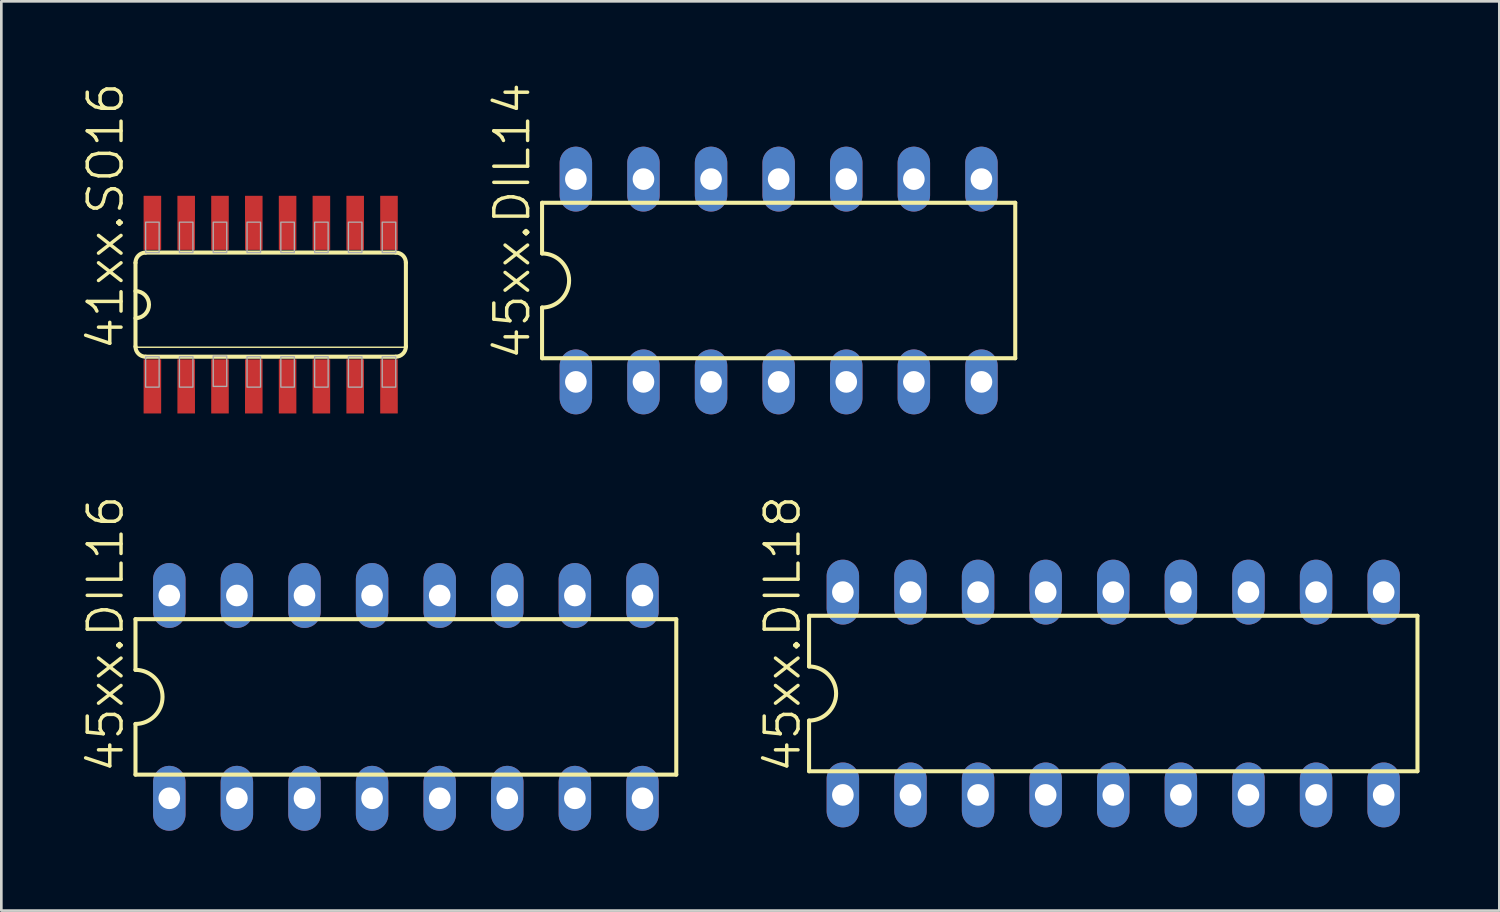
<source format=kicad_pcb>
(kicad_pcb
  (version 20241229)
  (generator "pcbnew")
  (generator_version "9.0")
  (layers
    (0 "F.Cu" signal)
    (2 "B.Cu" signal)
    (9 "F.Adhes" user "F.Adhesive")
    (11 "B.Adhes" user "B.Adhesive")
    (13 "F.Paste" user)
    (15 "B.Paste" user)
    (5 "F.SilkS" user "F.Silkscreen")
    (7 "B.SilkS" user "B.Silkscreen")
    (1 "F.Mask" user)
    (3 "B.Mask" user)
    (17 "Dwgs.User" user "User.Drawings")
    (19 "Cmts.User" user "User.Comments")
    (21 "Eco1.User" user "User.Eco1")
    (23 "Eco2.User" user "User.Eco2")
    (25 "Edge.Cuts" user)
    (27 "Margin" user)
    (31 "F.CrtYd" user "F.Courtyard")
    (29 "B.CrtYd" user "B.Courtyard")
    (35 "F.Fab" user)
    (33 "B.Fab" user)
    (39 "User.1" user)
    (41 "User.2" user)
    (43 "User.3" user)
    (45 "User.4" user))
  (footprint "45xx.DIL14"
    (layer "F.Cu")
    (at 26.208 7.49)
    (property "Reference" "45xx.DIL14" (at -9.271 3.048 90) (layer "F.SilkS") (effects (font (size 1.27 1.27) (thickness 0.13)) (justify left bottom)))
    (attr through_hole)
    (fp_line (start -8.89 -2.921) (end -8.89 -1.016) (stroke (width 0.152) (type default)) (layer "F.SilkS"))
    (fp_line (start -8.89 2.921) (end -8.89 1.016) (stroke (width 0.152) (type default)) (layer "F.SilkS"))
    (fp_line (start -8.89 2.921) (end 8.89 2.921) (stroke (width 0.152) (type default)) (layer "F.SilkS"))
    (fp_line (start 8.89 -2.921) (end -8.89 -2.921) (stroke (width 0.152) (type default)) (layer "F.SilkS"))
    (fp_line (start 8.89 -2.921) (end 8.89 2.921) (stroke (width 0.152) (type default)) (layer "F.SilkS"))
    (fp_arc (start -8.89 -1.016) (mid -7.874 0) (end -8.89 1.016) (stroke (width 0.1524) (type default)) (layer "F.SilkS"))
    (pad "1" thru_hole oval (at -7.62 3.81 90) (size 2.438 1.219) (drill 0.813) (layers "*.Cu" "*.Mask"))
    (pad "2" thru_hole oval (at -5.08 3.81 90) (size 2.438 1.219) (drill 0.813) (layers "*.Cu" "*.Mask"))
    (pad "3" thru_hole oval (at -2.54 3.81 90) (size 2.438 1.219) (drill 0.813) (layers "*.Cu" "*.Mask"))
    (pad "4" thru_hole oval (at 0 3.81 90) (size 2.438 1.219) (drill 0.813) (layers "*.Cu" "*.Mask"))
    (pad "5" thru_hole oval (at 2.54 3.81 90) (size 2.438 1.219) (drill 0.813) (layers "*.Cu" "*.Mask"))
    (pad "6" thru_hole oval (at 5.08 3.81 90) (size 2.438 1.219) (drill 0.813) (layers "*.Cu" "*.Mask"))
    (pad "7" thru_hole oval (at 7.62 3.81 90) (size 2.438 1.219) (drill 0.813) (layers "*.Cu" "*.Mask"))
    (pad "8" thru_hole oval (at 7.62 -3.81 90) (size 2.438 1.219) (drill 0.813) (layers "*.Cu" "*.Mask"))
    (pad "9" thru_hole oval (at 5.08 -3.81 90) (size 2.438 1.219) (drill 0.813) (layers "*.Cu" "*.Mask"))
    (pad "10" thru_hole oval (at 2.54 -3.81 90) (size 2.438 1.219) (drill 0.813) (layers "*.Cu" "*.Mask"))
    (pad "11" thru_hole oval (at 0 -3.81 90) (size 2.438 1.219) (drill 0.813) (layers "*.Cu" "*.Mask"))
    (pad "12" thru_hole oval (at -2.54 -3.81 90) (size 2.438 1.219) (drill 0.813) (layers "*.Cu" "*.Mask"))
    (pad "13" thru_hole oval (at -5.08 -3.81 90) (size 2.438 1.219) (drill 0.813) (layers "*.Cu" "*.Mask"))
    (pad "14" thru_hole oval (at -7.62 -3.81 90) (size 2.438 1.219) (drill 0.813) (layers "*.Cu" "*.Mask")))
  (footprint "45xx.DIL18"
    (layer "F.Cu")
    (at 38.781 23.009)
    (property "Reference" "45xx.DIL18" (at -11.684 3.048 90) (layer "F.SilkS") (effects (font (size 1.27 1.27) (thickness 0.13)) (justify left bottom)))
    (attr through_hole)
    (fp_line (start -11.43 -2.921) (end -11.43 -1.016) (stroke (width 0.152) (type default)) (layer "F.SilkS"))
    (fp_line (start -11.43 2.921) (end -11.43 1.016) (stroke (width 0.152) (type default)) (layer "F.SilkS"))
    (fp_line (start -11.43 2.921) (end 11.43 2.921) (stroke (width 0.152) (type default)) (layer "F.SilkS"))
    (fp_line (start 11.43 -2.921) (end -11.43 -2.921) (stroke (width 0.152) (type default)) (layer "F.SilkS"))
    (fp_line (start 11.43 -2.921) (end 11.43 2.921) (stroke (width 0.152) (type default)) (layer "F.SilkS"))
    (fp_arc (start -11.43 -1.016) (mid -10.414 0) (end -11.43 1.016) (stroke (width 0.1524) (type default)) (layer "F.SilkS"))
    (pad "1" thru_hole oval (at -10.16 3.81 90) (size 2.438 1.219) (drill 0.813) (layers "*.Cu" "*.Mask"))
    (pad "2" thru_hole oval (at -7.62 3.81 90) (size 2.438 1.219) (drill 0.813) (layers "*.Cu" "*.Mask"))
    (pad "3" thru_hole oval (at -5.08 3.81 90) (size 2.438 1.219) (drill 0.813) (layers "*.Cu" "*.Mask"))
    (pad "4" thru_hole oval (at -2.54 3.81 90) (size 2.438 1.219) (drill 0.813) (layers "*.Cu" "*.Mask"))
    (pad "5" thru_hole oval (at 0 3.81 90) (size 2.438 1.219) (drill 0.813) (layers "*.Cu" "*.Mask"))
    (pad "6" thru_hole oval (at 2.54 3.81 90) (size 2.438 1.219) (drill 0.813) (layers "*.Cu" "*.Mask"))
    (pad "7" thru_hole oval (at 5.08 3.81 90) (size 2.438 1.219) (drill 0.813) (layers "*.Cu" "*.Mask"))
    (pad "8" thru_hole oval (at 7.62 3.81 90) (size 2.438 1.219) (drill 0.813) (layers "*.Cu" "*.Mask"))
    (pad "9" thru_hole oval (at 10.16 3.81 90) (size 2.438 1.219) (drill 0.813) (layers "*.Cu" "*.Mask"))
    (pad "10" thru_hole oval (at 10.16 -3.81 90) (size 2.438 1.219) (drill 0.813) (layers "*.Cu" "*.Mask"))
    (pad "11" thru_hole oval (at 7.62 -3.81 90) (size 2.438 1.219) (drill 0.813) (layers "*.Cu" "*.Mask"))
    (pad "12" thru_hole oval (at 5.08 -3.81 90) (size 2.438 1.219) (drill 0.813) (layers "*.Cu" "*.Mask"))
    (pad "13" thru_hole oval (at 2.54 -3.81 90) (size 2.438 1.219) (drill 0.813) (layers "*.Cu" "*.Mask"))
    (pad "14" thru_hole oval (at 0 -3.81 90) (size 2.438 1.219) (drill 0.813) (layers "*.Cu" "*.Mask"))
    (pad "15" thru_hole oval (at -2.54 -3.81 90) (size 2.438 1.219) (drill 0.813) (layers "*.Cu" "*.Mask"))
    (pad "16" thru_hole oval (at -5.08 -3.81 90) (size 2.438 1.219) (drill 0.813) (layers "*.Cu" "*.Mask"))
    (pad "17" thru_hole oval (at -7.62 -3.81 90) (size 2.438 1.219) (drill 0.813) (layers "*.Cu" "*.Mask"))
    (pad "18" thru_hole oval (at -10.16 -3.81 90) (size 2.438 1.219) (drill 0.813) (layers "*.Cu" "*.Mask")))
  (footprint "45xx.DIL16"
    (layer "F.Cu")
    (at 12.201 23.136)
    (property "Reference" "45xx.DIL16" (at -10.541 2.921 90) (layer "F.SilkS") (effects (font (size 1.27 1.27) (thickness 0.13)) (justify left bottom)))
    (attr through_hole)
    (fp_line (start -10.16 -2.921) (end -10.16 -1.016) (stroke (width 0.152) (type default)) (layer "F.SilkS"))
    (fp_line (start -10.16 2.921) (end -10.16 1.016) (stroke (width 0.152) (type default)) (layer "F.SilkS"))
    (fp_line (start -10.16 2.921) (end 10.16 2.921) (stroke (width 0.152) (type default)) (layer "F.SilkS"))
    (fp_line (start 10.16 -2.921) (end -10.16 -2.921) (stroke (width 0.152) (type default)) (layer "F.SilkS"))
    (fp_line (start 10.16 -2.921) (end 10.16 2.921) (stroke (width 0.152) (type default)) (layer "F.SilkS"))
    (fp_arc (start -10.16 -1.016) (mid -9.144 0) (end -10.16 1.016) (stroke (width 0.1524) (type default)) (layer "F.SilkS"))
    (pad "1" thru_hole oval (at -8.89 3.81 90) (size 2.438 1.219) (drill 0.813) (layers "*.Cu" "*.Mask"))
    (pad "2" thru_hole oval (at -6.35 3.81 90) (size 2.438 1.219) (drill 0.813) (layers "*.Cu" "*.Mask"))
    (pad "3" thru_hole oval (at -3.81 3.81 90) (size 2.438 1.219) (drill 0.813) (layers "*.Cu" "*.Mask"))
    (pad "4" thru_hole oval (at -1.27 3.81 90) (size 2.438 1.219) (drill 0.813) (layers "*.Cu" "*.Mask"))
    (pad "5" thru_hole oval (at 1.27 3.81 90) (size 2.438 1.219) (drill 0.813) (layers "*.Cu" "*.Mask"))
    (pad "6" thru_hole oval (at 3.81 3.81 90) (size 2.438 1.219) (drill 0.813) (layers "*.Cu" "*.Mask"))
    (pad "7" thru_hole oval (at 6.35 3.81 90) (size 2.438 1.219) (drill 0.813) (layers "*.Cu" "*.Mask"))
    (pad "8" thru_hole oval (at 8.89 3.81 90) (size 2.438 1.219) (drill 0.813) (layers "*.Cu" "*.Mask"))
    (pad "9" thru_hole oval (at 8.89 -3.81 90) (size 2.438 1.219) (drill 0.813) (layers "*.Cu" "*.Mask"))
    (pad "10" thru_hole oval (at 6.35 -3.81 90) (size 2.438 1.219) (drill 0.813) (layers "*.Cu" "*.Mask"))
    (pad "11" thru_hole oval (at 3.81 -3.81 90) (size 2.438 1.219) (drill 0.813) (layers "*.Cu" "*.Mask"))
    (pad "12" thru_hole oval (at 1.27 -3.81 90) (size 2.438 1.219) (drill 0.813) (layers "*.Cu" "*.Mask"))
    (pad "13" thru_hole oval (at -1.27 -3.81 90) (size 2.438 1.219) (drill 0.813) (layers "*.Cu" "*.Mask"))
    (pad "14" thru_hole oval (at -3.81 -3.81 90) (size 2.438 1.219) (drill 0.813) (layers "*.Cu" "*.Mask"))
    (pad "15" thru_hole oval (at -6.35 -3.81 90) (size 2.438 1.219) (drill 0.813) (layers "*.Cu" "*.Mask"))
    (pad "16" thru_hole oval (at -8.89 -3.81 90) (size 2.438 1.219) (drill 0.813) (layers "*.Cu" "*.Mask")))
  (footprint "41xx.SO16"
    (layer "F.Cu")
    (at 7.121 8.397)
    (property "Reference" "41xx.SO16" (at -5.461 1.778 90) (layer "F.SilkS") (effects (font (size 1.27 1.27) (thickness 0.13)) (justify left bottom)))
    (attr smd)
    (fp_line (start -5.08 -1.575) (end -5.08 1.575) (stroke (width 0.152) (type default)) (layer "F.SilkS"))
    (fp_line (start -5.08 1.6) (end 5.08 1.6) (stroke (width 0.051) (type default)) (layer "F.SilkS"))
    (fp_line (start -4.699 1.956) (end 4.699 1.956) (stroke (width 0.152) (type default)) (layer "F.SilkS"))
    (fp_line (start 4.699 -1.956) (end -4.699 -1.956) (stroke (width 0.152) (type default)) (layer "F.SilkS"))
    (fp_line (start 5.08 1.575) (end 5.08 -1.575) (stroke (width 0.152) (type default)) (layer "F.SilkS"))
    (fp_arc (start -5.08 -1.5748) (mid -4.968408 -1.844208) (end -4.699 -1.9558) (stroke (width 0.1524) (type default)) (layer "F.SilkS"))
    (fp_arc (start -5.08 -0.508) (mid -4.572 0) (end -5.08 0.508) (stroke (width 0.1524) (type default)) (layer "F.SilkS"))
    (fp_arc (start -4.699 1.9558) (mid -4.968408 1.844208) (end -5.08 1.5748) (stroke (width 0.1524) (type default)) (layer "F.SilkS"))
    (fp_arc (start 4.699 -1.9558) (mid 4.968408 -1.844208) (end 5.08 -1.5748) (stroke (width 0.1524) (type default)) (layer "F.SilkS"))
    (fp_arc (start 5.08 1.5748) (mid 4.968408 1.844208) (end 4.699 1.9558) (stroke (width 0.1524) (type default)) (layer "F.SilkS"))
    (fp_rect (start -4.699 -1.956) (end -4.191 -3.099) (stroke (width 0.05) (type default)) (fill no) (layer "F.Fab"))
    (fp_rect (start -4.699 3.099) (end -4.191 1.956) (stroke (width 0.05) (type default)) (fill no) (layer "F.Fab"))
    (fp_rect (start -3.429 -1.956) (end -2.921 -3.099) (stroke (width 0.05) (type default)) (fill no) (layer "F.Fab"))
    (fp_rect (start -3.429 3.099) (end -2.921 1.956) (stroke (width 0.05) (type default)) (fill no) (layer "F.Fab"))
    (fp_rect (start -2.159 -1.956) (end -1.651 -3.099) (stroke (width 0.05) (type default)) (fill no) (layer "F.Fab"))
    (fp_rect (start -2.159 3.073) (end -1.651 1.93) (stroke (width 0.05) (type default)) (fill no) (layer "F.Fab"))
    (fp_rect (start -0.889 -1.956) (end -0.381 -3.099) (stroke (width 0.05) (type default)) (fill no) (layer "F.Fab"))
    (fp_rect (start -0.889 3.099) (end -0.381 1.956) (stroke (width 0.05) (type default)) (fill no) (layer "F.Fab"))
    (fp_rect (start 0.381 -1.956) (end 0.889 -3.099) (stroke (width 0.05) (type default)) (fill no) (layer "F.Fab"))
    (fp_rect (start 0.381 3.099) (end 0.889 1.956) (stroke (width 0.05) (type default)) (fill no) (layer "F.Fab"))
    (fp_rect (start 1.651 -1.956) (end 2.159 -3.099) (stroke (width 0.05) (type default)) (fill no) (layer "F.Fab"))
    (fp_rect (start 1.651 3.099) (end 2.159 1.956) (stroke (width 0.05) (type default)) (fill no) (layer "F.Fab"))
    (fp_rect (start 2.921 -1.956) (end 3.429 -3.099) (stroke (width 0.05) (type default)) (fill no) (layer "F.Fab"))
    (fp_rect (start 2.921 3.099) (end 3.429 1.956) (stroke (width 0.05) (type default)) (fill no) (layer "F.Fab"))
    (fp_rect (start 4.191 -1.956) (end 4.699 -3.099) (stroke (width 0.05) (type default)) (fill no) (layer "F.Fab"))
    (fp_rect (start 4.191 3.099) (end 4.699 1.956) (stroke (width 0.05) (type default)) (fill no) (layer "F.Fab"))
    (pad "1" smd roundrect (at -4.445 3.073) (size 0.66 2.032) (layers "F.Cu" "F.Mask" "F.Paste") (roundrect_rratio 0.01))
    (pad "2" smd roundrect (at -3.175 3.073) (size 0.66 2.032) (layers "F.Cu" "F.Mask" "F.Paste") (roundrect_rratio 0.01))
    (pad "3" smd roundrect (at -1.905 3.073) (size 0.66 2.032) (layers "F.Cu" "F.Mask" "F.Paste") (roundrect_rratio 0.01))
    (pad "4" smd roundrect (at -0.635 3.073) (size 0.66 2.032) (layers "F.Cu" "F.Mask" "F.Paste") (roundrect_rratio 0.01))
    (pad "5" smd roundrect (at 0.635 3.073) (size 0.66 2.032) (layers "F.Cu" "F.Mask" "F.Paste") (roundrect_rratio 0.01))
    (pad "6" smd roundrect (at 1.905 3.073) (size 0.66 2.032) (layers "F.Cu" "F.Mask" "F.Paste") (roundrect_rratio 0.01))
    (pad "7" smd roundrect (at 3.175 3.073) (size 0.66 2.032) (layers "F.Cu" "F.Mask" "F.Paste") (roundrect_rratio 0.01))
    (pad "8" smd roundrect (at 4.445 3.073) (size 0.66 2.032) (layers "F.Cu" "F.Mask" "F.Paste") (roundrect_rratio 0.01))
    (pad "9" smd roundrect (at 4.445 -3.073) (size 0.66 2.032) (layers "F.Cu" "F.Mask" "F.Paste") (roundrect_rratio 0.01))
    (pad "10" smd roundrect (at 3.175 -3.073) (size 0.66 2.032) (layers "F.Cu" "F.Mask" "F.Paste") (roundrect_rratio 0.01))
    (pad "11" smd roundrect (at 1.905 -3.073) (size 0.66 2.032) (layers "F.Cu" "F.Mask" "F.Paste") (roundrect_rratio 0.01))
    (pad "12" smd roundrect (at 0.635 -3.073) (size 0.66 2.032) (layers "F.Cu" "F.Mask" "F.Paste") (roundrect_rratio 0.01))
    (pad "13" smd roundrect (at -0.635 -3.073) (size 0.66 2.032) (layers "F.Cu" "F.Mask" "F.Paste") (roundrect_rratio 0.01))
    (pad "14" smd roundrect (at -1.905 -3.073) (size 0.66 2.032) (layers "F.Cu" "F.Mask" "F.Paste") (roundrect_rratio 0.01))
    (pad "15" smd roundrect (at -3.175 -3.073) (size 0.66 2.032) (layers "F.Cu" "F.Mask" "F.Paste") (roundrect_rratio 0.01))
    (pad "16" smd roundrect (at -4.445 -3.073) (size 0.66 2.032) (layers "F.Cu" "F.Mask" "F.Paste") (roundrect_rratio 0.01)))
  (gr_rect
    (start -3 -3)
    (end 53.287 31.165)
    (stroke (width 0.1) (type default))
    (fill no)
    (layer "Edge.Cuts")))
</source>
